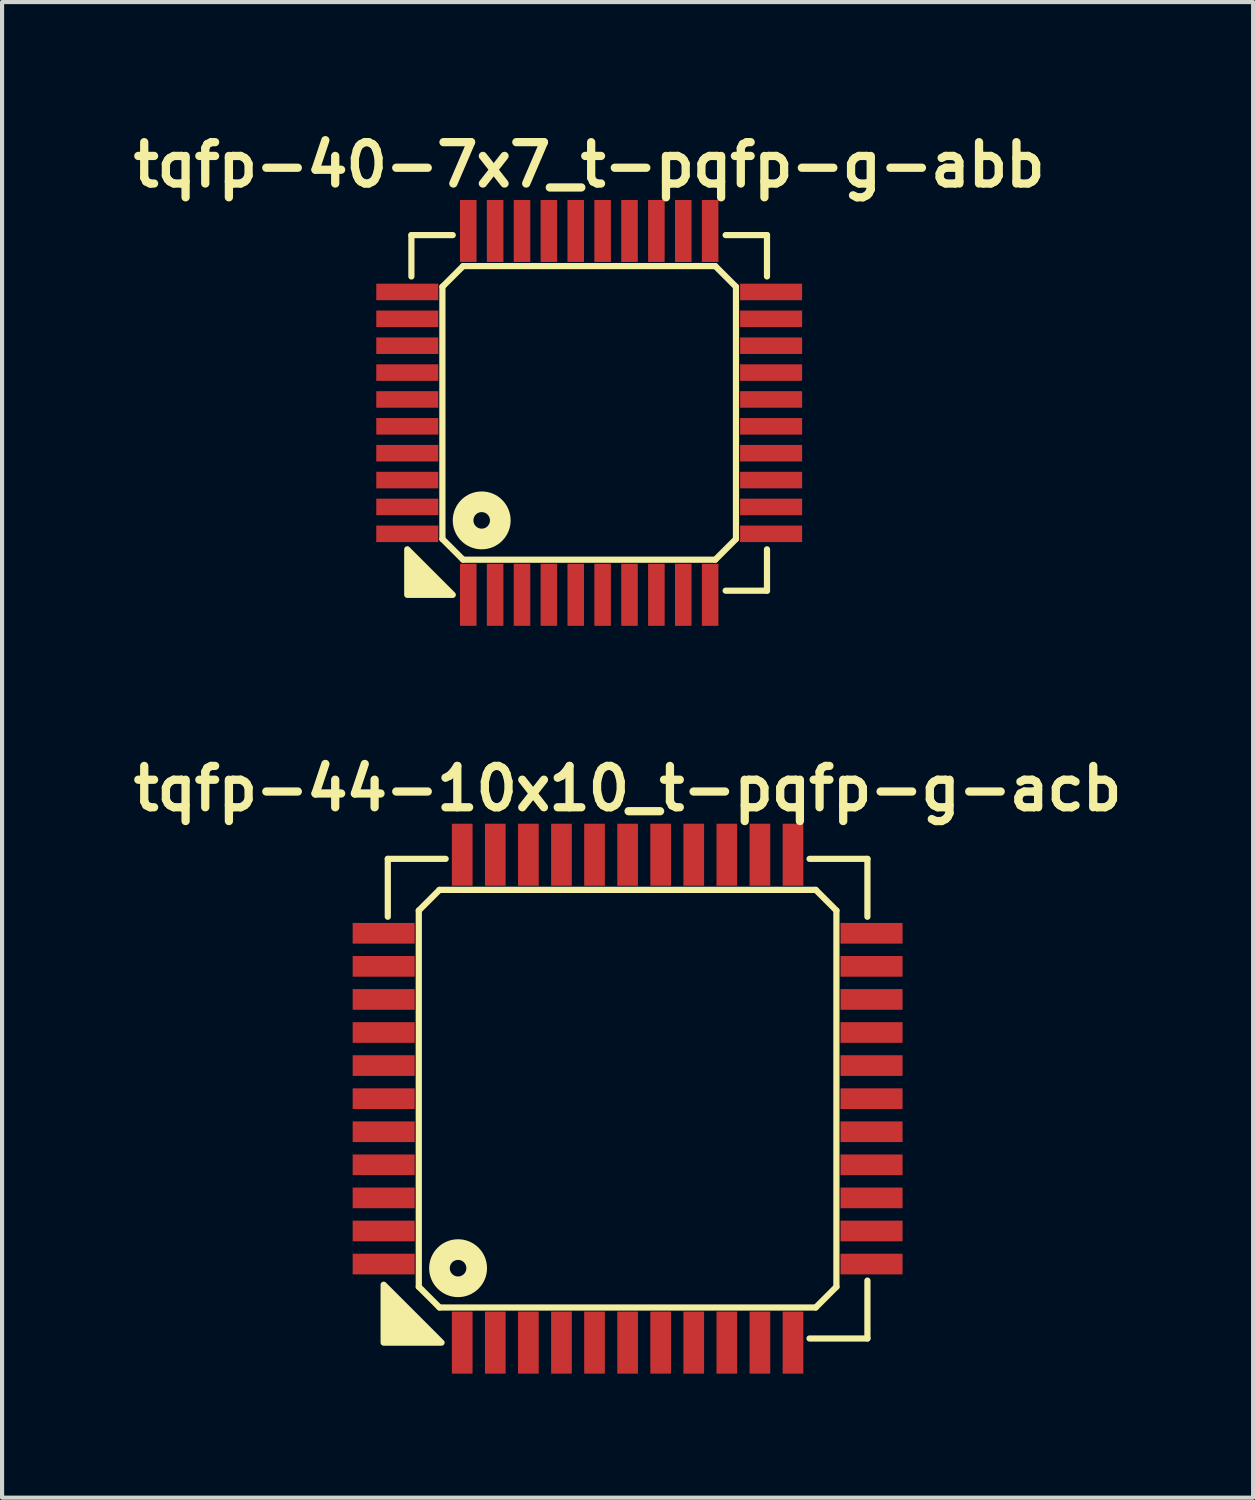
<source format=kicad_pcb>
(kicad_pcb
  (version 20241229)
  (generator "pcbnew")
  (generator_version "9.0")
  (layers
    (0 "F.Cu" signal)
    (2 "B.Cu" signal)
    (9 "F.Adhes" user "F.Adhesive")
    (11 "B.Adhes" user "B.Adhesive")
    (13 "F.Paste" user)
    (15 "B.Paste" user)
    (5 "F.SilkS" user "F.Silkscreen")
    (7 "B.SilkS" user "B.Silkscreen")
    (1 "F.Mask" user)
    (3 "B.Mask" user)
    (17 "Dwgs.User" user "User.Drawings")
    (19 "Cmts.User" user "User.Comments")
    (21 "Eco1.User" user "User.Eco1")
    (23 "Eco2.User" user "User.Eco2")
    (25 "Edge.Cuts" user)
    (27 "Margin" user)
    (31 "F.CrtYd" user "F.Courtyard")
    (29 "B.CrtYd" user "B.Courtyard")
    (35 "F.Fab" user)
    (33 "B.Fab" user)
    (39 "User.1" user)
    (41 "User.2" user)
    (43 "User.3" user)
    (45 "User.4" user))
  (footprint "tqfp-40-7x7_t-pqfp-g-abb"
    (layer "F.Cu")
    (at 11.2 6.936)
    (property "Reference" "tqfp-40-7x7_t-pqfp-g-abb" (at 0 -6 0) (layer "F.SilkS") (effects (font (size 1 1) (thickness 0.2))))
    (attr smd)
    (fp_line (start -4.3 -4.3) (end -3.3 -4.3) (stroke (width 0.15) (type solid)) (layer "F.SilkS"))
    (fp_line (start -4.3 -3.3) (end -4.3 -4.3) (stroke (width 0.15) (type solid)) (layer "F.SilkS"))
    (fp_line (start -3.55 -3.05) (end -3.05 -3.55) (stroke (width 0.15) (type solid)) (layer "F.SilkS"))
    (fp_line (start -3.55 3.05) (end -3.55 -3.05) (stroke (width 0.15) (type solid)) (layer "F.SilkS"))
    (fp_line (start -3.05 -3.55) (end 3.05 -3.55) (stroke (width 0.15) (type solid)) (layer "F.SilkS"))
    (fp_line (start -3.05 3.55) (end -3.55 3.05) (stroke (width 0.15) (type solid)) (layer "F.SilkS"))
    (fp_line (start 3.05 -3.55) (end 3.55 -3.05) (stroke (width 0.15) (type solid)) (layer "F.SilkS"))
    (fp_line (start 3.05 3.55) (end -3.05 3.55) (stroke (width 0.15) (type solid)) (layer "F.SilkS"))
    (fp_line (start 3.3 -4.3) (end 4.3 -4.3) (stroke (width 0.15) (type solid)) (layer "F.SilkS"))
    (fp_line (start 3.55 -3.05) (end 3.55 3.05) (stroke (width 0.15) (type solid)) (layer "F.SilkS"))
    (fp_line (start 3.55 3.05) (end 3.05 3.55) (stroke (width 0.15) (type solid)) (layer "F.SilkS"))
    (fp_line (start 4.3 -4.3) (end 4.3 -3.3) (stroke (width 0.15) (type solid)) (layer "F.SilkS"))
    (fp_line (start 4.3 3.3) (end 4.3 4.3) (stroke (width 0.15) (type solid)) (layer "F.SilkS"))
    (fp_line (start 4.3 4.3) (end 3.3 4.3) (stroke (width 0.15) (type solid)) (layer "F.SilkS"))
    (fp_circle (center -2.6 2.6) (end -2.4 2.6) (stroke (width 0.5) (type solid)) (fill no) (layer "F.SilkS"))
    (fp_poly (pts (xy -3.3 4.4) (xy -4.4 4.4) (xy -4.4 3.3)) (stroke (width 0.15) (type solid)) (fill yes) (layer "F.SilkS"))
    (pad "1" smd rect (at -2.925 4.4) (size 0.4 1.5) (layers "F.Cu" "F.Mask" "F.Paste"))
    (pad "2" smd rect (at -2.275 4.4) (size 0.4 1.5) (layers "F.Cu" "F.Mask" "F.Paste"))
    (pad "3" smd rect (at -1.625 4.4) (size 0.4 1.5) (layers "F.Cu" "F.Mask" "F.Paste"))
    (pad "4" smd rect (at -0.975 4.4) (size 0.4 1.5) (layers "F.Cu" "F.Mask" "F.Paste"))
    (pad "5" smd rect (at -0.325 4.4) (size 0.4 1.5) (layers "F.Cu" "F.Mask" "F.Paste"))
    (pad "6" smd rect (at 0.325 4.4) (size 0.4 1.5) (layers "F.Cu" "F.Mask" "F.Paste"))
    (pad "7" smd rect (at 0.975 4.4) (size 0.4 1.5) (layers "F.Cu" "F.Mask" "F.Paste"))
    (pad "8" smd rect (at 1.625 4.4) (size 0.4 1.5) (layers "F.Cu" "F.Mask" "F.Paste"))
    (pad "9" smd rect (at 2.275 4.4) (size 0.4 1.5) (layers "F.Cu" "F.Mask" "F.Paste"))
    (pad "10" smd rect (at 2.925 4.4) (size 0.4 1.5) (layers "F.Cu" "F.Mask" "F.Paste"))
    (pad "11" smd rect (at 4.4 2.925) (size 1.5 0.4) (layers "F.Cu" "F.Mask" "F.Paste"))
    (pad "12" smd rect (at 4.4 2.275) (size 1.5 0.4) (layers "F.Cu" "F.Mask" "F.Paste"))
    (pad "13" smd rect (at 4.4 1.625) (size 1.5 0.4) (layers "F.Cu" "F.Mask" "F.Paste"))
    (pad "14" smd rect (at 4.4 0.975) (size 1.5 0.4) (layers "F.Cu" "F.Mask" "F.Paste"))
    (pad "15" smd rect (at 4.4 0.325) (size 1.5 0.4) (layers "F.Cu" "F.Mask" "F.Paste"))
    (pad "16" smd rect (at 4.4 -0.325) (size 1.5 0.4) (layers "F.Cu" "F.Mask" "F.Paste"))
    (pad "17" smd rect (at 4.4 -0.975) (size 1.5 0.4) (layers "F.Cu" "F.Mask" "F.Paste"))
    (pad "18" smd rect (at 4.4 -1.625) (size 1.5 0.4) (layers "F.Cu" "F.Mask" "F.Paste"))
    (pad "19" smd rect (at 4.4 -2.275) (size 1.5 0.4) (layers "F.Cu" "F.Mask" "F.Paste"))
    (pad "20" smd rect (at 4.4 -2.925) (size 1.5 0.4) (layers "F.Cu" "F.Mask" "F.Paste"))
    (pad "21" smd rect (at 2.925 -4.4) (size 0.4 1.5) (layers "F.Cu" "F.Mask" "F.Paste"))
    (pad "22" smd rect (at 2.275 -4.4) (size 0.4 1.5) (layers "F.Cu" "F.Mask" "F.Paste"))
    (pad "23" smd rect (at 1.625 -4.4) (size 0.4 1.5) (layers "F.Cu" "F.Mask" "F.Paste"))
    (pad "24" smd rect (at 0.975 -4.4) (size 0.4 1.5) (layers "F.Cu" "F.Mask" "F.Paste"))
    (pad "25" smd rect (at 0.325 -4.4) (size 0.4 1.5) (layers "F.Cu" "F.Mask" "F.Paste"))
    (pad "26" smd rect (at -0.325 -4.4) (size 0.4 1.5) (layers "F.Cu" "F.Mask" "F.Paste"))
    (pad "27" smd rect (at -0.975 -4.4) (size 0.4 1.5) (layers "F.Cu" "F.Mask" "F.Paste"))
    (pad "28" smd rect (at -1.625 -4.4) (size 0.4 1.5) (layers "F.Cu" "F.Mask" "F.Paste"))
    (pad "29" smd rect (at -2.275 -4.4) (size 0.4 1.5) (layers "F.Cu" "F.Mask" "F.Paste"))
    (pad "30" smd rect (at -2.925 -4.4) (size 0.4 1.5) (layers "F.Cu" "F.Mask" "F.Paste"))
    (pad "31" smd rect (at -4.4 -2.925) (size 1.5 0.4) (layers "F.Cu" "F.Mask" "F.Paste"))
    (pad "32" smd rect (at -4.4 -2.275) (size 1.5 0.4) (layers "F.Cu" "F.Mask" "F.Paste"))
    (pad "33" smd rect (at -4.4 -1.625) (size 1.5 0.4) (layers "F.Cu" "F.Mask" "F.Paste"))
    (pad "34" smd rect (at -4.4 -0.975) (size 1.5 0.4) (layers "F.Cu" "F.Mask" "F.Paste"))
    (pad "35" smd rect (at -4.4 -0.325) (size 1.5 0.4) (layers "F.Cu" "F.Mask" "F.Paste"))
    (pad "36" smd rect (at -4.4 0.325) (size 1.5 0.4) (layers "F.Cu" "F.Mask" "F.Paste"))
    (pad "37" smd rect (at -4.4 0.975) (size 1.5 0.4) (layers "F.Cu" "F.Mask" "F.Paste"))
    (pad "38" smd rect (at -4.4 1.625) (size 1.5 0.4) (layers "F.Cu" "F.Mask" "F.Paste"))
    (pad "39" smd rect (at -4.4 2.275) (size 1.5 0.4) (layers "F.Cu" "F.Mask" "F.Paste"))
    (pad "40" smd rect (at -4.4 2.925) (size 1.5 0.4) (layers "F.Cu" "F.Mask" "F.Paste")))
  (footprint "tqfp-44-10x10_t-pqfp-g-acb"
    (layer "F.Cu")
    (at 12.129 23.522)
    (property "Reference" "tqfp-44-10x10_t-pqfp-g-acb" (at 0 -7.5 0) (layer "F.SilkS") (effects (font (size 1 1) (thickness 0.2))))
    (attr smd)
    (fp_line (start -5.8 -5.8) (end -4.4 -5.8) (stroke (width 0.15) (type solid)) (layer "F.SilkS"))
    (fp_line (start -5.8 -4.4) (end -5.8 -5.8) (stroke (width 0.15) (type solid)) (layer "F.SilkS"))
    (fp_line (start -5.05 -4.55) (end -4.55 -5.05) (stroke (width 0.15) (type solid)) (layer "F.SilkS"))
    (fp_line (start -5.05 4.55) (end -5.05 -4.55) (stroke (width 0.15) (type solid)) (layer "F.SilkS"))
    (fp_line (start -4.55 -5.05) (end 4.55 -5.05) (stroke (width 0.15) (type solid)) (layer "F.SilkS"))
    (fp_line (start -4.55 5.05) (end -5.05 4.55) (stroke (width 0.15) (type solid)) (layer "F.SilkS"))
    (fp_line (start 4.4 -5.8) (end 5.8 -5.8) (stroke (width 0.15) (type solid)) (layer "F.SilkS"))
    (fp_line (start 4.55 -5.05) (end 5.05 -4.55) (stroke (width 0.15) (type solid)) (layer "F.SilkS"))
    (fp_line (start 4.55 5.05) (end -4.55 5.05) (stroke (width 0.15) (type solid)) (layer "F.SilkS"))
    (fp_line (start 5.05 -4.55) (end 5.05 4.55) (stroke (width 0.15) (type solid)) (layer "F.SilkS"))
    (fp_line (start 5.05 4.55) (end 4.55 5.05) (stroke (width 0.15) (type solid)) (layer "F.SilkS"))
    (fp_line (start 5.8 -5.8) (end 5.8 -4.4) (stroke (width 0.15) (type solid)) (layer "F.SilkS"))
    (fp_line (start 5.8 4.4) (end 5.8 5.8) (stroke (width 0.15) (type solid)) (layer "F.SilkS"))
    (fp_line (start 5.8 5.8) (end 4.4 5.8) (stroke (width 0.15) (type solid)) (layer "F.SilkS"))
    (fp_circle (center -4.1 4.1) (end -3.9 4.1) (stroke (width 0.5) (type solid)) (fill no) (layer "F.SilkS"))
    (fp_poly (pts (xy -4.5 5.9) (xy -5.9 5.9) (xy -5.9 4.5)) (stroke (width 0.15) (type solid)) (fill yes) (layer "F.SilkS"))
    (pad "1" smd rect (at -4 5.9) (size 0.5 1.5) (layers "F.Cu" "F.Mask" "F.Paste"))
    (pad "2" smd rect (at -3.2 5.9) (size 0.5 1.5) (layers "F.Cu" "F.Mask" "F.Paste"))
    (pad "3" smd rect (at -2.4 5.9) (size 0.5 1.5) (layers "F.Cu" "F.Mask" "F.Paste"))
    (pad "4" smd rect (at -1.6 5.9) (size 0.5 1.5) (layers "F.Cu" "F.Mask" "F.Paste"))
    (pad "5" smd rect (at -0.8 5.9) (size 0.5 1.5) (layers "F.Cu" "F.Mask" "F.Paste"))
    (pad "6" smd rect (at 0 5.9) (size 0.5 1.5) (layers "F.Cu" "F.Mask" "F.Paste"))
    (pad "7" smd rect (at 0.8 5.9) (size 0.5 1.5) (layers "F.Cu" "F.Mask" "F.Paste"))
    (pad "8" smd rect (at 1.6 5.9) (size 0.5 1.5) (layers "F.Cu" "F.Mask" "F.Paste"))
    (pad "9" smd rect (at 2.4 5.9) (size 0.5 1.5) (layers "F.Cu" "F.Mask" "F.Paste"))
    (pad "10" smd rect (at 3.2 5.9) (size 0.5 1.5) (layers "F.Cu" "F.Mask" "F.Paste"))
    (pad "11" smd rect (at 4 5.9) (size 0.5 1.5) (layers "F.Cu" "F.Mask" "F.Paste"))
    (pad "12" smd rect (at 5.9 4) (size 1.5 0.5) (layers "F.Cu" "F.Mask" "F.Paste"))
    (pad "13" smd rect (at 5.9 3.2) (size 1.5 0.5) (layers "F.Cu" "F.Mask" "F.Paste"))
    (pad "14" smd rect (at 5.9 2.4) (size 1.5 0.5) (layers "F.Cu" "F.Mask" "F.Paste"))
    (pad "15" smd rect (at 5.9 1.6) (size 1.5 0.5) (layers "F.Cu" "F.Mask" "F.Paste"))
    (pad "16" smd rect (at 5.9 0.8) (size 1.5 0.5) (layers "F.Cu" "F.Mask" "F.Paste"))
    (pad "17" smd rect (at 5.9 0) (size 1.5 0.5) (layers "F.Cu" "F.Mask" "F.Paste"))
    (pad "18" smd rect (at 5.9 -0.8) (size 1.5 0.5) (layers "F.Cu" "F.Mask" "F.Paste"))
    (pad "19" smd rect (at 5.9 -1.6) (size 1.5 0.5) (layers "F.Cu" "F.Mask" "F.Paste"))
    (pad "20" smd rect (at 5.9 -2.4) (size 1.5 0.5) (layers "F.Cu" "F.Mask" "F.Paste"))
    (pad "21" smd rect (at 5.9 -3.2) (size 1.5 0.5) (layers "F.Cu" "F.Mask" "F.Paste"))
    (pad "22" smd rect (at 5.9 -4) (size 1.5 0.5) (layers "F.Cu" "F.Mask" "F.Paste"))
    (pad "23" smd rect (at 4 -5.9) (size 0.5 1.5) (layers "F.Cu" "F.Mask" "F.Paste"))
    (pad "24" smd rect (at 3.2 -5.9) (size 0.5 1.5) (layers "F.Cu" "F.Mask" "F.Paste"))
    (pad "25" smd rect (at 2.4 -5.9) (size 0.5 1.5) (layers "F.Cu" "F.Mask" "F.Paste"))
    (pad "26" smd rect (at 1.6 -5.9) (size 0.5 1.5) (layers "F.Cu" "F.Mask" "F.Paste"))
    (pad "27" smd rect (at 0.8 -5.9) (size 0.5 1.5) (layers "F.Cu" "F.Mask" "F.Paste"))
    (pad "28" smd rect (at 0 -5.9) (size 0.5 1.5) (layers "F.Cu" "F.Mask" "F.Paste"))
    (pad "29" smd rect (at -0.8 -5.9) (size 0.5 1.5) (layers "F.Cu" "F.Mask" "F.Paste"))
    (pad "30" smd rect (at -1.6 -5.9) (size 0.5 1.5) (layers "F.Cu" "F.Mask" "F.Paste"))
    (pad "31" smd rect (at -2.4 -5.9) (size 0.5 1.5) (layers "F.Cu" "F.Mask" "F.Paste"))
    (pad "32" smd rect (at -3.2 -5.9) (size 0.5 1.5) (layers "F.Cu" "F.Mask" "F.Paste"))
    (pad "33" smd rect (at -4 -5.9) (size 0.5 1.5) (layers "F.Cu" "F.Mask" "F.Paste"))
    (pad "34" smd rect (at -5.9 -4) (size 1.5 0.5) (layers "F.Cu" "F.Mask" "F.Paste"))
    (pad "35" smd rect (at -5.9 -3.2) (size 1.5 0.5) (layers "F.Cu" "F.Mask" "F.Paste"))
    (pad "36" smd rect (at -5.9 -2.4) (size 1.5 0.5) (layers "F.Cu" "F.Mask" "F.Paste"))
    (pad "37" smd rect (at -5.9 -1.6) (size 1.5 0.5) (layers "F.Cu" "F.Mask" "F.Paste"))
    (pad "38" smd rect (at -5.9 -0.8) (size 1.5 0.5) (layers "F.Cu" "F.Mask" "F.Paste"))
    (pad "39" smd rect (at -5.9 0) (size 1.5 0.5) (layers "F.Cu" "F.Mask" "F.Paste"))
    (pad "40" smd rect (at -5.9 0.8) (size 1.5 0.5) (layers "F.Cu" "F.Mask" "F.Paste"))
    (pad "41" smd rect (at -5.9 1.6) (size 1.5 0.5) (layers "F.Cu" "F.Mask" "F.Paste"))
    (pad "42" smd rect (at -5.9 2.4) (size 1.5 0.5) (layers "F.Cu" "F.Mask" "F.Paste"))
    (pad "43" smd rect (at -5.9 3.2) (size 1.5 0.5) (layers "F.Cu" "F.Mask" "F.Paste"))
    (pad "44" smd rect (at -5.9 4) (size 1.5 0.5) (layers "F.Cu" "F.Mask" "F.Paste")))
  (gr_rect
    (start -3 -3)
    (end 27.257 33.172)
    (stroke (width 0.1) (type default))
    (fill no)
    (layer "Edge.Cuts")))
</source>
